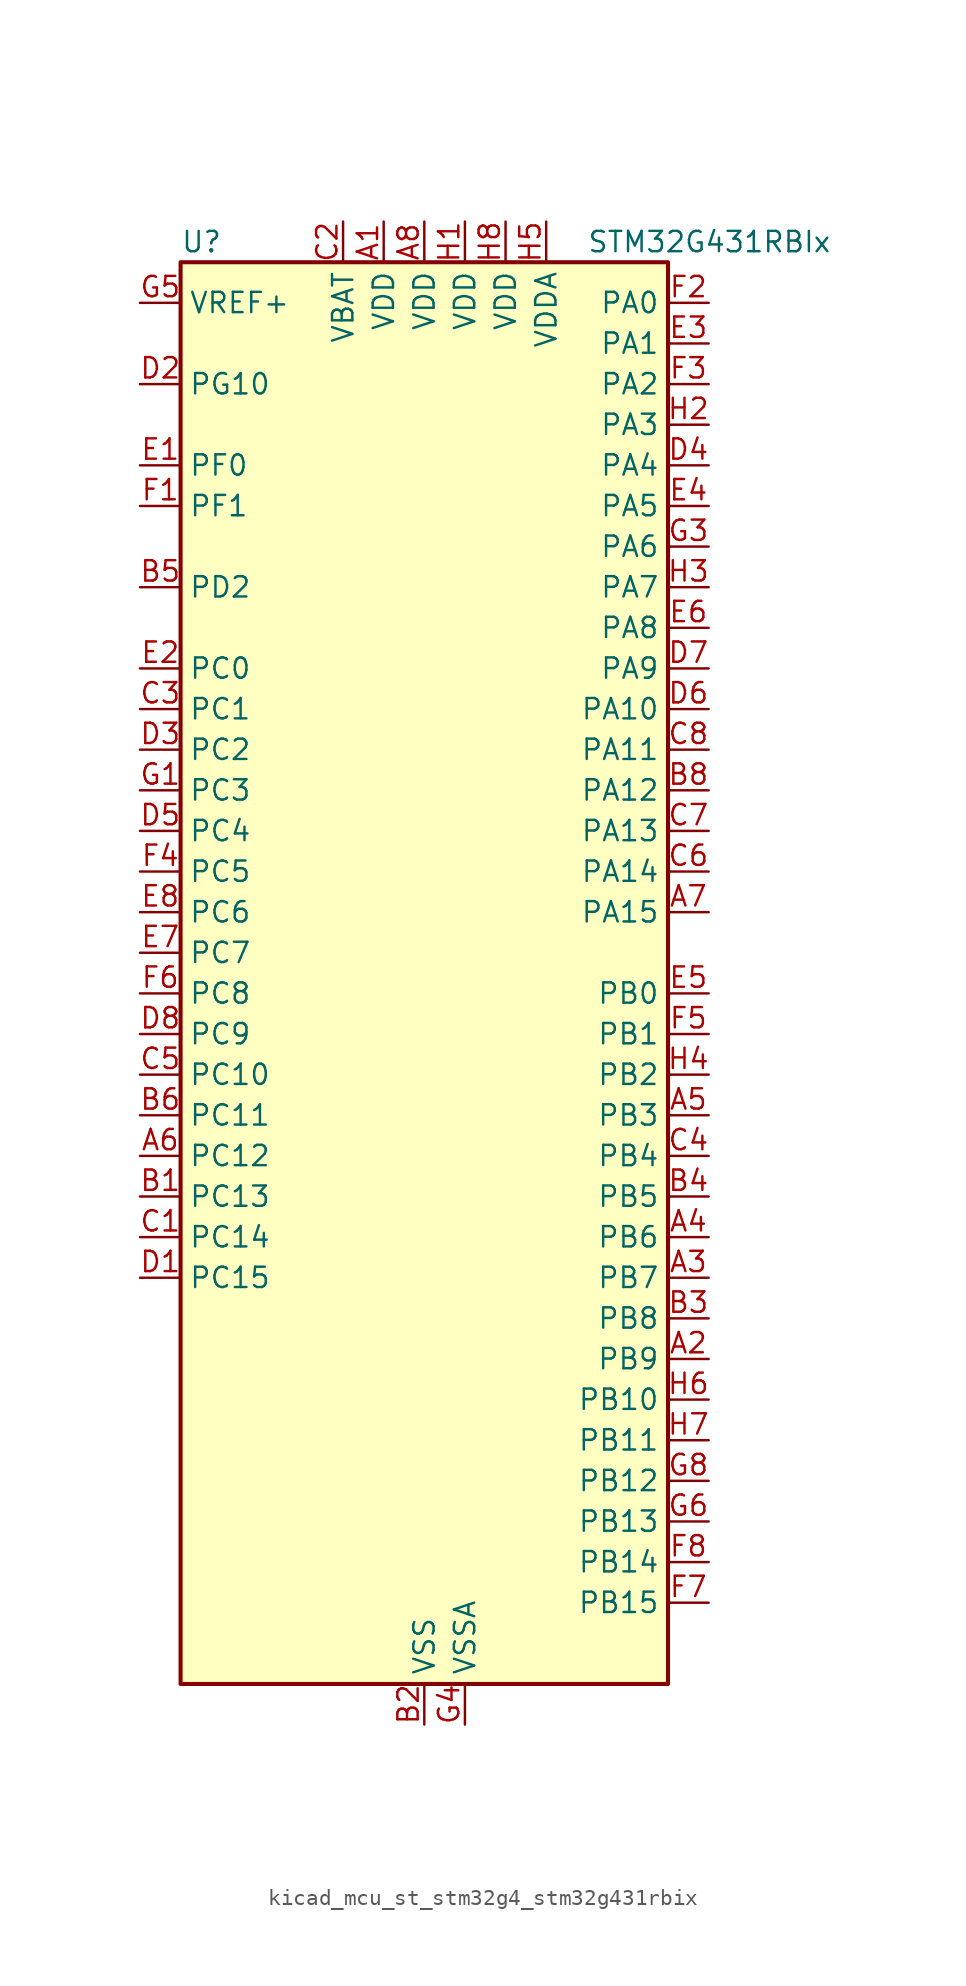
<source format=kicad_sym>
(kicad_symbol_lib
  (version 20220914)
  (generator kicad_symbol_editor)
  (symbol "kicad_mcu_st_stm32g4_stm32g431rbix"
    (property "Reference" "U"
      (at -15.24 46.99 0)
      (effects (font (size 1.27 1.27)) (justify left)))
    (property "Value" "STM32G431RBIx"
      (at 10.16 46.99 0)
      (effects (font (size 1.27 1.27)) (justify left)))
    (property "ki_locked" ""
      (at 0 0 0)
      (effects (font (size 1.27 1.27))))
    (symbol "kicad_mcu_st_stm32g4_stm32g431rbix_0_1"
      (rectangle (start -15.24 -43.18) (end 15.24 45.72) (stroke (width 0.254) (type default)) (fill (type background))))
    (symbol "kicad_mcu_st_stm32g4_stm32g431rbix_1_1"
      (pin power_in line (at -2.54 48.26 270) (length 2.54) (name "VDD" (effects (font (size 1.27 1.27)))) (number "A1" (effects (font (size 1.27 1.27)))))
      (pin bidirectional line (at 17.78 -22.86 180) (length 2.54) (name "PB9" (effects (font (size 1.27 1.27)))) (number "A2" (effects (font (size 1.27 1.27)))) (alternate "COMP2_OUT" bidirectional line) (alternate "DAC1_EXTI9" bidirectional line) (alternate "DAC3_EXTI9" bidirectional line) (alternate "FDCAN1_TX" bidirectional line) (alternate "I2C1_SDA" bidirectional line) (alternate "IR_OUT" bidirectional line) (alternate "SAI1_D2" bidirectional line) (alternate "SAI1_FS_A" bidirectional line) (alternate "TIM17_CH1" bidirectional line) (alternate "TIM1_CH3N" bidirectional line) (alternate "TIM4_CH4" bidirectional line) (alternate "TIM8_CH3" bidirectional line) (alternate "USART3_TX" bidirectional line))
      (pin bidirectional line (at 17.78 -17.78 180) (length 2.54) (name "PB7" (effects (font (size 1.27 1.27)))) (number "A3" (effects (font (size 1.27 1.27)))) (alternate "COMP3_OUT" bidirectional line) (alternate "I2C1_SDA" bidirectional line) (alternate "LPTIM1_IN2" bidirectional line) (alternate "SYS_PVD_IN" bidirectional line) (alternate "TIM17_CH1N" bidirectional line) (alternate "TIM3_CH4" bidirectional line) (alternate "TIM4_CH2" bidirectional line) (alternate "TIM8_BKIN" bidirectional line) (alternate "UART4_CTS" bidirectional line) (alternate "USART1_RX" bidirectional line))
      (pin bidirectional line (at 17.78 -15.24 180) (length 2.54) (name "PB6" (effects (font (size 1.27 1.27)))) (number "A4" (effects (font (size 1.27 1.27)))) (alternate "COMP4_OUT" bidirectional line) (alternate "LPTIM1_ETR" bidirectional line) (alternate "SAI1_FS_B" bidirectional line) (alternate "TIM16_CH1N" bidirectional line) (alternate "TIM4_CH1" bidirectional line) (alternate "TIM8_BKIN2" bidirectional line) (alternate "TIM8_CH1" bidirectional line) (alternate "TIM8_ETR" bidirectional line) (alternate "UCPD1_CC1" bidirectional line) (alternate "USART1_TX" bidirectional line))
      (pin bidirectional line (at 17.78 -7.62 180) (length 2.54) (name "PB3" (effects (font (size 1.27 1.27)))) (number "A5" (effects (font (size 1.27 1.27)))) (alternate "CRS_SYNC" bidirectional line) (alternate "I2S3_CK" bidirectional line) (alternate "SAI1_SCK_B" bidirectional line) (alternate "SPI1_SCK" bidirectional line) (alternate "SPI3_SCK" bidirectional line) (alternate "SYS_JTDO-SWO" bidirectional line) (alternate "TIM2_CH2" bidirectional line) (alternate "TIM3_ETR" bidirectional line) (alternate "TIM4_ETR" bidirectional line) (alternate "TIM8_CH1N" bidirectional line) (alternate "USART2_TX" bidirectional line))
      (pin bidirectional line (at -17.78 -10.16 0) (length 2.54) (name "PC12" (effects (font (size 1.27 1.27)))) (number "A6" (effects (font (size 1.27 1.27)))) (alternate "I2S3_SD" bidirectional line) (alternate "SPI3_MOSI" bidirectional line) (alternate "TIM8_CH3N" bidirectional line) (alternate "UCPD1_FRSTX1" bidirectional line) (alternate "UCPD1_FRSTX2" bidirectional line) (alternate "USART3_CK" bidirectional line))
      (pin bidirectional line (at 17.78 5.08 180) (length 2.54) (name "PA15" (effects (font (size 1.27 1.27)))) (number "A7" (effects (font (size 1.27 1.27)))) (alternate "ADC1_EXTI15" bidirectional line) (alternate "ADC2_EXTI15" bidirectional line) (alternate "I2C1_SCL" bidirectional line) (alternate "I2S3_WS" bidirectional line) (alternate "SPI1_NSS" bidirectional line) (alternate "SPI3_NSS" bidirectional line) (alternate "SYS_JTDI" bidirectional line) (alternate "TIM1_BKIN" bidirectional line) (alternate "TIM2_CH1" bidirectional line) (alternate "TIM2_ETR" bidirectional line) (alternate "TIM8_CH1" bidirectional line) (alternate "UART4_DE" bidirectional line) (alternate "UART4_RTS" bidirectional line) (alternate "USART2_RX" bidirectional line))
      (pin power_in line (at 0 48.26 270) (length 2.54) (name "VDD" (effects (font (size 1.27 1.27)))) (number "A8" (effects (font (size 1.27 1.27)))))
      (pin bidirectional line (at -17.78 -12.7 0) (length 2.54) (name "PC13" (effects (font (size 1.27 1.27)))) (number "B1" (effects (font (size 1.27 1.27)))) (alternate "RTC_OUT1" bidirectional line) (alternate "RTC_TAMP1" bidirectional line) (alternate "RTC_TS" bidirectional line) (alternate "SYS_WKUP2" bidirectional line) (alternate "TIM1_BKIN" bidirectional line) (alternate "TIM1_CH1N" bidirectional line) (alternate "TIM8_CH4N" bidirectional line))
      (pin power_in line (at 0 -45.72 90) (length 2.54) (name "VSS" (effects (font (size 1.27 1.27)))) (number "B2" (effects (font (size 1.27 1.27)))))
      (pin bidirectional line (at 17.78 -20.32 180) (length 2.54) (name "PB8" (effects (font (size 1.27 1.27)))) (number "B3" (effects (font (size 1.27 1.27)))) (alternate "COMP1_OUT" bidirectional line) (alternate "FDCAN1_RX" bidirectional line) (alternate "I2C1_SCL" bidirectional line) (alternate "SAI1_CK1" bidirectional line) (alternate "SAI1_MCLK_A" bidirectional line) (alternate "TIM16_CH1" bidirectional line) (alternate "TIM1_BKIN" bidirectional line) (alternate "TIM4_CH3" bidirectional line) (alternate "TIM8_CH2" bidirectional line) (alternate "USART3_RX" bidirectional line))
      (pin bidirectional line (at 17.78 -12.7 180) (length 2.54) (name "PB5" (effects (font (size 1.27 1.27)))) (number "B4" (effects (font (size 1.27 1.27)))) (alternate "I2C1_SMBA" bidirectional line) (alternate "I2C3_SDA" bidirectional line) (alternate "I2S3_SD" bidirectional line) (alternate "LPTIM1_IN1" bidirectional line) (alternate "SAI1_SD_B" bidirectional line) (alternate "SPI1_MOSI" bidirectional line) (alternate "SPI3_MOSI" bidirectional line) (alternate "TIM16_BKIN" bidirectional line) (alternate "TIM17_CH1" bidirectional line) (alternate "TIM3_CH2" bidirectional line) (alternate "TIM8_CH3N" bidirectional line) (alternate "USART2_CK" bidirectional line))
      (pin bidirectional line (at -17.78 25.4 0) (length 2.54) (name "PD2" (effects (font (size 1.27 1.27)))) (number "B5" (effects (font (size 1.27 1.27)))) (alternate "TIM3_ETR" bidirectional line) (alternate "TIM8_BKIN" bidirectional line))
      (pin bidirectional line (at -17.78 -7.62 0) (length 2.54) (name "PC11" (effects (font (size 1.27 1.27)))) (number "B6" (effects (font (size 1.27 1.27)))) (alternate "ADC1_EXTI11" bidirectional line) (alternate "ADC2_EXTI11" bidirectional line) (alternate "I2C3_SDA" bidirectional line) (alternate "SPI3_MISO" bidirectional line) (alternate "TIM8_CH2N" bidirectional line) (alternate "UART4_RX" bidirectional line) (alternate "USART3_RX" bidirectional line))
      (pin passive line (at 0 -45.72 90) (length 2.54) hide (name "VSS" (effects (font (size 1.27 1.27)))) (number "B7" (effects (font (size 1.27 1.27)))))
      (pin bidirectional line (at 17.78 12.7 180) (length 2.54) (name "PA12" (effects (font (size 1.27 1.27)))) (number "B8" (effects (font (size 1.27 1.27)))) (alternate "COMP2_OUT" bidirectional line) (alternate "FDCAN1_TX" bidirectional line) (alternate "I2S_CKIN" bidirectional line) (alternate "TIM16_CH1" bidirectional line) (alternate "TIM1_CH2N" bidirectional line) (alternate "TIM1_ETR" bidirectional line) (alternate "TIM4_CH2" bidirectional line) (alternate "USART1_DE" bidirectional line) (alternate "USART1_RTS" bidirectional line) (alternate "USB_DP" bidirectional line))
      (pin bidirectional line (at -17.78 -15.24 0) (length 2.54) (name "PC14" (effects (font (size 1.27 1.27)))) (number "C1" (effects (font (size 1.27 1.27)))) (alternate "RCC_OSC32_IN" bidirectional line))
      (pin power_in line (at -5.08 48.26 270) (length 2.54) (name "VBAT" (effects (font (size 1.27 1.27)))) (number "C2" (effects (font (size 1.27 1.27)))))
      (pin bidirectional line (at -17.78 17.78 0) (length 2.54) (name "PC1" (effects (font (size 1.27 1.27)))) (number "C3" (effects (font (size 1.27 1.27)))) (alternate "ADC1_IN7" bidirectional line) (alternate "ADC2_IN7" bidirectional line) (alternate "COMP3_INP" bidirectional line) (alternate "LPTIM1_OUT" bidirectional line) (alternate "LPUART1_TX" bidirectional line) (alternate "SAI1_SD_A" bidirectional line) (alternate "TIM1_CH2" bidirectional line))
      (pin bidirectional line (at 17.78 -10.16 180) (length 2.54) (name "PB4" (effects (font (size 1.27 1.27)))) (number "C4" (effects (font (size 1.27 1.27)))) (alternate "SAI1_MCLK_B" bidirectional line) (alternate "SPI1_MISO" bidirectional line) (alternate "SPI3_MISO" bidirectional line) (alternate "SYS_JTRST" bidirectional line) (alternate "TIM16_CH1" bidirectional line) (alternate "TIM17_BKIN" bidirectional line) (alternate "TIM3_CH1" bidirectional line) (alternate "TIM8_CH2N" bidirectional line) (alternate "UCPD1_CC2" bidirectional line) (alternate "USART2_RX" bidirectional line))
      (pin bidirectional line (at -17.78 -5.08 0) (length 2.54) (name "PC10" (effects (font (size 1.27 1.27)))) (number "C5" (effects (font (size 1.27 1.27)))) (alternate "DAC1_EXTI10" bidirectional line) (alternate "DAC3_EXTI10" bidirectional line) (alternate "I2S3_CK" bidirectional line) (alternate "SPI3_SCK" bidirectional line) (alternate "TIM8_CH1N" bidirectional line) (alternate "UART4_TX" bidirectional line) (alternate "USART3_TX" bidirectional line))
      (pin bidirectional line (at 17.78 7.62 180) (length 2.54) (name "PA14" (effects (font (size 1.27 1.27)))) (number "C6" (effects (font (size 1.27 1.27)))) (alternate "I2C1_SDA" bidirectional line) (alternate "LPTIM1_OUT" bidirectional line) (alternate "SAI1_FS_B" bidirectional line) (alternate "SYS_JTCK-SWCLK" bidirectional line) (alternate "TIM1_BKIN" bidirectional line) (alternate "TIM8_CH2" bidirectional line) (alternate "USART2_TX" bidirectional line))
      (pin bidirectional line (at 17.78 10.16 180) (length 2.54) (name "PA13" (effects (font (size 1.27 1.27)))) (number "C7" (effects (font (size 1.27 1.27)))) (alternate "I2C1_SCL" bidirectional line) (alternate "IR_OUT" bidirectional line) (alternate "SAI1_SD_B" bidirectional line) (alternate "SYS_JTMS-SWDIO" bidirectional line) (alternate "TIM16_CH1N" bidirectional line) (alternate "TIM4_CH3" bidirectional line) (alternate "USART3_CTS" bidirectional line) (alternate "USART3_NSS" bidirectional line))
      (pin bidirectional line (at 17.78 15.24 180) (length 2.54) (name "PA11" (effects (font (size 1.27 1.27)))) (number "C8" (effects (font (size 1.27 1.27)))) (alternate "ADC1_EXTI11" bidirectional line) (alternate "ADC2_EXTI11" bidirectional line) (alternate "COMP1_OUT" bidirectional line) (alternate "FDCAN1_RX" bidirectional line) (alternate "I2S2_SD" bidirectional line) (alternate "SPI2_MOSI" bidirectional line) (alternate "TIM1_BKIN2" bidirectional line) (alternate "TIM1_CH1N" bidirectional line) (alternate "TIM1_CH4" bidirectional line) (alternate "TIM4_CH1" bidirectional line) (alternate "USART1_CTS" bidirectional line) (alternate "USART1_NSS" bidirectional line) (alternate "USB_DM" bidirectional line))
      (pin bidirectional line (at -17.78 -17.78 0) (length 2.54) (name "PC15" (effects (font (size 1.27 1.27)))) (number "D1" (effects (font (size 1.27 1.27)))) (alternate "ADC1_EXTI15" bidirectional line) (alternate "ADC2_EXTI15" bidirectional line) (alternate "RCC_OSC32_OUT" bidirectional line))
      (pin bidirectional line (at -17.78 38.1 0) (length 2.54) (name "PG10" (effects (font (size 1.27 1.27)))) (number "D2" (effects (font (size 1.27 1.27)))) (alternate "DAC1_EXTI10" bidirectional line) (alternate "DAC3_EXTI10" bidirectional line) (alternate "RCC_MCO" bidirectional line))
      (pin bidirectional line (at -17.78 15.24 0) (length 2.54) (name "PC2" (effects (font (size 1.27 1.27)))) (number "D3" (effects (font (size 1.27 1.27)))) (alternate "ADC1_IN8" bidirectional line) (alternate "ADC2_IN8" bidirectional line) (alternate "COMP3_OUT" bidirectional line) (alternate "LPTIM1_IN2" bidirectional line) (alternate "TIM1_CH3" bidirectional line))
      (pin bidirectional line (at 17.78 33.02 180) (length 2.54) (name "PA4" (effects (font (size 1.27 1.27)))) (number "D4" (effects (font (size 1.27 1.27)))) (alternate "ADC2_IN17" bidirectional line) (alternate "COMP1_INM" bidirectional line) (alternate "DAC1_OUT1" bidirectional line) (alternate "I2S3_WS" bidirectional line) (alternate "SAI1_FS_B" bidirectional line) (alternate "SPI1_NSS" bidirectional line) (alternate "SPI3_NSS" bidirectional line) (alternate "TIM3_CH2" bidirectional line) (alternate "USART2_CK" bidirectional line))
      (pin bidirectional line (at -17.78 10.16 0) (length 2.54) (name "PC4" (effects (font (size 1.27 1.27)))) (number "D5" (effects (font (size 1.27 1.27)))) (alternate "ADC2_IN5" bidirectional line) (alternate "I2C2_SCL" bidirectional line) (alternate "TIM1_ETR" bidirectional line) (alternate "USART1_TX" bidirectional line))
      (pin bidirectional line (at 17.78 17.78 180) (length 2.54) (name "PA10" (effects (font (size 1.27 1.27)))) (number "D6" (effects (font (size 1.27 1.27)))) (alternate "CRS_SYNC" bidirectional line) (alternate "DAC1_EXTI10" bidirectional line) (alternate "DAC3_EXTI10" bidirectional line) (alternate "I2C2_SMBA" bidirectional line) (alternate "SAI1_D1" bidirectional line) (alternate "SAI1_SD_A" bidirectional line) (alternate "SPI2_MISO" bidirectional line) (alternate "TIM17_BKIN" bidirectional line) (alternate "TIM1_CH3" bidirectional line) (alternate "TIM2_CH4" bidirectional line) (alternate "TIM8_BKIN" bidirectional line) (alternate "UCPD1_DBCC2" bidirectional line) (alternate "USART1_RX" bidirectional line))
      (pin bidirectional line (at 17.78 20.32 180) (length 2.54) (name "PA9" (effects (font (size 1.27 1.27)))) (number "D7" (effects (font (size 1.27 1.27)))) (alternate "DAC1_EXTI9" bidirectional line) (alternate "DAC3_EXTI9" bidirectional line) (alternate "I2C2_SCL" bidirectional line) (alternate "I2C3_SMBA" bidirectional line) (alternate "I2S3_MCK" bidirectional line) (alternate "SAI1_FS_A" bidirectional line) (alternate "TIM15_BKIN" bidirectional line) (alternate "TIM1_CH2" bidirectional line) (alternate "TIM2_CH3" bidirectional line) (alternate "UCPD1_DBCC1" bidirectional line) (alternate "USART1_TX" bidirectional line))
      (pin bidirectional line (at -17.78 -2.54 0) (length 2.54) (name "PC9" (effects (font (size 1.27 1.27)))) (number "D8" (effects (font (size 1.27 1.27)))) (alternate "DAC1_EXTI9" bidirectional line) (alternate "DAC3_EXTI9" bidirectional line) (alternate "I2C3_SDA" bidirectional line) (alternate "I2S_CKIN" bidirectional line) (alternate "TIM3_CH4" bidirectional line) (alternate "TIM8_BKIN2" bidirectional line) (alternate "TIM8_CH4" bidirectional line))
      (pin bidirectional line (at -17.78 33.02 0) (length 2.54) (name "PF0" (effects (font (size 1.27 1.27)))) (number "E1" (effects (font (size 1.27 1.27)))) (alternate "ADC1_IN10" bidirectional line) (alternate "I2C2_SDA" bidirectional line) (alternate "I2S2_WS" bidirectional line) (alternate "RCC_OSC_IN" bidirectional line) (alternate "SPI2_NSS" bidirectional line) (alternate "TIM1_CH3N" bidirectional line))
      (pin bidirectional line (at -17.78 20.32 0) (length 2.54) (name "PC0" (effects (font (size 1.27 1.27)))) (number "E2" (effects (font (size 1.27 1.27)))) (alternate "ADC1_IN6" bidirectional line) (alternate "ADC2_IN6" bidirectional line) (alternate "COMP3_INM" bidirectional line) (alternate "LPTIM1_IN1" bidirectional line) (alternate "LPUART1_RX" bidirectional line) (alternate "TIM1_CH1" bidirectional line))
      (pin bidirectional line (at 17.78 40.64 180) (length 2.54) (name "PA1" (effects (font (size 1.27 1.27)))) (number "E3" (effects (font (size 1.27 1.27)))) (alternate "ADC1_IN2" bidirectional line) (alternate "ADC2_IN2" bidirectional line) (alternate "COMP1_INP" bidirectional line) (alternate "OPAMP1_VINP" bidirectional line) (alternate "OPAMP1_VINP_SEC" bidirectional line) (alternate "OPAMP3_VINP" bidirectional line) (alternate "OPAMP3_VINP_SEC" bidirectional line) (alternate "RTC_REFIN" bidirectional line) (alternate "TIM15_CH1N" bidirectional line) (alternate "TIM2_CH2" bidirectional line) (alternate "USART2_DE" bidirectional line) (alternate "USART2_RTS" bidirectional line))
      (pin bidirectional line (at 17.78 30.48 180) (length 2.54) (name "PA5" (effects (font (size 1.27 1.27)))) (number "E4" (effects (font (size 1.27 1.27)))) (alternate "ADC2_IN13" bidirectional line) (alternate "COMP2_INM" bidirectional line) (alternate "DAC1_OUT2" bidirectional line) (alternate "OPAMP2_VINM" bidirectional line) (alternate "OPAMP2_VINM0" bidirectional line) (alternate "OPAMP2_VINM_SEC" bidirectional line) (alternate "SPI1_SCK" bidirectional line) (alternate "TIM2_CH1" bidirectional line) (alternate "TIM2_ETR" bidirectional line) (alternate "UCPD1_FRSTX1" bidirectional line) (alternate "UCPD1_FRSTX2" bidirectional line))
      (pin bidirectional line (at 17.78 0 180) (length 2.54) (name "PB0" (effects (font (size 1.27 1.27)))) (number "E5" (effects (font (size 1.27 1.27)))) (alternate "ADC1_IN15" bidirectional line) (alternate "COMP4_INP" bidirectional line) (alternate "OPAMP2_VINP" bidirectional line) (alternate "OPAMP2_VINP_SEC" bidirectional line) (alternate "OPAMP3_VINP" bidirectional line) (alternate "OPAMP3_VINP_SEC" bidirectional line) (alternate "TIM1_CH2N" bidirectional line) (alternate "TIM3_CH3" bidirectional line) (alternate "TIM8_CH2N" bidirectional line) (alternate "UCPD1_FRSTX1" bidirectional line) (alternate "UCPD1_FRSTX2" bidirectional line))
      (pin bidirectional line (at 17.78 22.86 180) (length 2.54) (name "PA8" (effects (font (size 1.27 1.27)))) (number "E6" (effects (font (size 1.27 1.27)))) (alternate "I2C2_SDA" bidirectional line) (alternate "I2C3_SCL" bidirectional line) (alternate "I2S2_MCK" bidirectional line) (alternate "RCC_MCO" bidirectional line) (alternate "SAI1_CK2" bidirectional line) (alternate "SAI1_SCK_A" bidirectional line) (alternate "TIM1_CH1" bidirectional line) (alternate "TIM4_ETR" bidirectional line) (alternate "USART1_CK" bidirectional line))
      (pin bidirectional line (at -17.78 2.54 0) (length 2.54) (name "PC7" (effects (font (size 1.27 1.27)))) (number "E7" (effects (font (size 1.27 1.27)))) (alternate "I2S3_MCK" bidirectional line) (alternate "TIM3_CH2" bidirectional line) (alternate "TIM8_CH2" bidirectional line))
      (pin bidirectional line (at -17.78 5.08 0) (length 2.54) (name "PC6" (effects (font (size 1.27 1.27)))) (number "E8" (effects (font (size 1.27 1.27)))) (alternate "I2S2_MCK" bidirectional line) (alternate "TIM3_CH1" bidirectional line) (alternate "TIM8_CH1" bidirectional line))
      (pin bidirectional line (at -17.78 30.48 0) (length 2.54) (name "PF1" (effects (font (size 1.27 1.27)))) (number "F1" (effects (font (size 1.27 1.27)))) (alternate "ADC2_IN10" bidirectional line) (alternate "COMP3_INM" bidirectional line) (alternate "I2S2_CK" bidirectional line) (alternate "RCC_OSC_OUT" bidirectional line) (alternate "SPI2_SCK" bidirectional line))
      (pin bidirectional line (at 17.78 43.18 180) (length 2.54) (name "PA0" (effects (font (size 1.27 1.27)))) (number "F2" (effects (font (size 1.27 1.27)))) (alternate "ADC1_IN1" bidirectional line) (alternate "ADC2_IN1" bidirectional line) (alternate "COMP1_INM" bidirectional line) (alternate "COMP1_OUT" bidirectional line) (alternate "COMP3_INP" bidirectional line) (alternate "RTC_TAMP2" bidirectional line) (alternate "SYS_WKUP1" bidirectional line) (alternate "TIM2_CH1" bidirectional line) (alternate "TIM2_ETR" bidirectional line) (alternate "TIM8_BKIN" bidirectional line) (alternate "TIM8_ETR" bidirectional line) (alternate "USART2_CTS" bidirectional line) (alternate "USART2_NSS" bidirectional line))
      (pin bidirectional line (at 17.78 38.1 180) (length 2.54) (name "PA2" (effects (font (size 1.27 1.27)))) (number "F3" (effects (font (size 1.27 1.27)))) (alternate "ADC1_IN3" bidirectional line) (alternate "COMP2_INM" bidirectional line) (alternate "COMP2_OUT" bidirectional line) (alternate "LPUART1_TX" bidirectional line) (alternate "OPAMP1_VOUT" bidirectional line) (alternate "RCC_LSCO" bidirectional line) (alternate "SYS_WKUP4" bidirectional line) (alternate "TIM15_CH1" bidirectional line) (alternate "TIM2_CH3" bidirectional line) (alternate "UCPD1_FRSTX1" bidirectional line) (alternate "UCPD1_FRSTX2" bidirectional line) (alternate "USART2_TX" bidirectional line))
      (pin bidirectional line (at -17.78 7.62 0) (length 2.54) (name "PC5" (effects (font (size 1.27 1.27)))) (number "F4" (effects (font (size 1.27 1.27)))) (alternate "ADC2_IN11" bidirectional line) (alternate "OPAMP1_VINM" bidirectional line) (alternate "OPAMP1_VINM1" bidirectional line) (alternate "OPAMP1_VINM_SEC" bidirectional line) (alternate "OPAMP2_VINM" bidirectional line) (alternate "OPAMP2_VINM1" bidirectional line) (alternate "OPAMP2_VINM_SEC" bidirectional line) (alternate "SAI1_D3" bidirectional line) (alternate "SYS_WKUP5" bidirectional line) (alternate "TIM15_BKIN" bidirectional line) (alternate "TIM1_CH4N" bidirectional line) (alternate "USART1_RX" bidirectional line))
      (pin bidirectional line (at 17.78 -2.54 180) (length 2.54) (name "PB1" (effects (font (size 1.27 1.27)))) (number "F5" (effects (font (size 1.27 1.27)))) (alternate "ADC1_IN12" bidirectional line) (alternate "COMP1_INP" bidirectional line) (alternate "COMP4_OUT" bidirectional line) (alternate "LPUART1_DE" bidirectional line) (alternate "LPUART1_RTS" bidirectional line) (alternate "OPAMP3_VOUT" bidirectional line) (alternate "TIM1_CH3N" bidirectional line) (alternate "TIM3_CH4" bidirectional line) (alternate "TIM8_CH3N" bidirectional line))
      (pin bidirectional line (at -17.78 0 0) (length 2.54) (name "PC8" (effects (font (size 1.27 1.27)))) (number "F6" (effects (font (size 1.27 1.27)))) (alternate "I2C3_SCL" bidirectional line) (alternate "TIM3_CH3" bidirectional line) (alternate "TIM8_CH3" bidirectional line))
      (pin bidirectional line (at 17.78 -38.1 180) (length 2.54) (name "PB15" (effects (font (size 1.27 1.27)))) (number "F7" (effects (font (size 1.27 1.27)))) (alternate "ADC1_EXTI15" bidirectional line) (alternate "ADC2_EXTI15" bidirectional line) (alternate "ADC2_IN15" bidirectional line) (alternate "COMP3_OUT" bidirectional line) (alternate "I2S2_SD" bidirectional line) (alternate "RTC_REFIN" bidirectional line) (alternate "SPI2_MOSI" bidirectional line) (alternate "TIM15_CH1N" bidirectional line) (alternate "TIM15_CH2" bidirectional line) (alternate "TIM1_CH3N" bidirectional line))
      (pin bidirectional line (at 17.78 -35.56 180) (length 2.54) (name "PB14" (effects (font (size 1.27 1.27)))) (number "F8" (effects (font (size 1.27 1.27)))) (alternate "ADC1_IN5" bidirectional line) (alternate "COMP4_OUT" bidirectional line) (alternate "OPAMP2_VINP" bidirectional line) (alternate "OPAMP2_VINP_SEC" bidirectional line) (alternate "SPI2_MISO" bidirectional line) (alternate "TIM15_CH1" bidirectional line) (alternate "TIM1_CH2N" bidirectional line) (alternate "USART3_DE" bidirectional line) (alternate "USART3_RTS" bidirectional line))
      (pin bidirectional line (at -17.78 12.7 0) (length 2.54) (name "PC3" (effects (font (size 1.27 1.27)))) (number "G1" (effects (font (size 1.27 1.27)))) (alternate "ADC1_IN9" bidirectional line) (alternate "ADC2_IN9" bidirectional line) (alternate "LPTIM1_ETR" bidirectional line) (alternate "SAI1_D1" bidirectional line) (alternate "SAI1_SD_A" bidirectional line) (alternate "TIM1_BKIN2" bidirectional line) (alternate "TIM1_CH4" bidirectional line))
      (pin passive line (at 0 -45.72 90) (length 2.54) hide (name "VSS" (effects (font (size 1.27 1.27)))) (number "G2" (effects (font (size 1.27 1.27)))))
      (pin bidirectional line (at 17.78 27.94 180) (length 2.54) (name "PA6" (effects (font (size 1.27 1.27)))) (number "G3" (effects (font (size 1.27 1.27)))) (alternate "ADC2_IN3" bidirectional line) (alternate "COMP1_OUT" bidirectional line) (alternate "LPUART1_CTS" bidirectional line) (alternate "OPAMP2_VOUT" bidirectional line) (alternate "SPI1_MISO" bidirectional line) (alternate "TIM16_CH1" bidirectional line) (alternate "TIM1_BKIN" bidirectional line) (alternate "TIM3_CH1" bidirectional line) (alternate "TIM8_BKIN" bidirectional line))
      (pin power_in line (at 2.54 -45.72 90) (length 2.54) (name "VSSA" (effects (font (size 1.27 1.27)))) (number "G4" (effects (font (size 1.27 1.27)))))
      (pin input line (at -17.78 43.18 0) (length 2.54) (name "VREF+" (effects (font (size 1.27 1.27)))) (number "G5" (effects (font (size 1.27 1.27)))) (alternate "VREFBUF_OUT" bidirectional line))
      (pin bidirectional line (at 17.78 -33.02 180) (length 2.54) (name "PB13" (effects (font (size 1.27 1.27)))) (number "G6" (effects (font (size 1.27 1.27)))) (alternate "I2S2_CK" bidirectional line) (alternate "LPUART1_CTS" bidirectional line) (alternate "OPAMP3_VINP" bidirectional line) (alternate "OPAMP3_VINP_SEC" bidirectional line) (alternate "SPI2_SCK" bidirectional line) (alternate "TIM1_CH1N" bidirectional line) (alternate "USART3_CTS" bidirectional line) (alternate "USART3_NSS" bidirectional line))
      (pin passive line (at 0 -45.72 90) (length 2.54) hide (name "VSS" (effects (font (size 1.27 1.27)))) (number "G7" (effects (font (size 1.27 1.27)))))
      (pin bidirectional line (at 17.78 -30.48 180) (length 2.54) (name "PB12" (effects (font (size 1.27 1.27)))) (number "G8" (effects (font (size 1.27 1.27)))) (alternate "ADC1_IN11" bidirectional line) (alternate "I2C2_SMBA" bidirectional line) (alternate "I2S2_WS" bidirectional line) (alternate "LPUART1_DE" bidirectional line) (alternate "LPUART1_RTS" bidirectional line) (alternate "SPI2_NSS" bidirectional line) (alternate "TIM1_BKIN" bidirectional line) (alternate "USART3_CK" bidirectional line))
      (pin power_in line (at 2.54 48.26 270) (length 2.54) (name "VDD" (effects (font (size 1.27 1.27)))) (number "H1" (effects (font (size 1.27 1.27)))))
      (pin bidirectional line (at 17.78 35.56 180) (length 2.54) (name "PA3" (effects (font (size 1.27 1.27)))) (number "H2" (effects (font (size 1.27 1.27)))) (alternate "ADC1_IN4" bidirectional line) (alternate "COMP2_INP" bidirectional line) (alternate "LPUART1_RX" bidirectional line) (alternate "OPAMP1_VINM" bidirectional line) (alternate "OPAMP1_VINM0" bidirectional line) (alternate "OPAMP1_VINM_SEC" bidirectional line) (alternate "OPAMP1_VINP" bidirectional line) (alternate "OPAMP1_VINP_SEC" bidirectional line) (alternate "SAI1_CK1" bidirectional line) (alternate "SAI1_MCLK_A" bidirectional line) (alternate "TIM15_CH2" bidirectional line) (alternate "TIM2_CH4" bidirectional line) (alternate "USART2_RX" bidirectional line))
      (pin bidirectional line (at 17.78 25.4 180) (length 2.54) (name "PA7" (effects (font (size 1.27 1.27)))) (number "H3" (effects (font (size 1.27 1.27)))) (alternate "ADC2_IN4" bidirectional line) (alternate "COMP2_INP" bidirectional line) (alternate "COMP2_OUT" bidirectional line) (alternate "OPAMP1_VINP" bidirectional line) (alternate "OPAMP1_VINP_SEC" bidirectional line) (alternate "OPAMP2_VINP" bidirectional line) (alternate "OPAMP2_VINP_SEC" bidirectional line) (alternate "SPI1_MOSI" bidirectional line) (alternate "TIM17_CH1" bidirectional line) (alternate "TIM1_CH1N" bidirectional line) (alternate "TIM3_CH2" bidirectional line) (alternate "TIM8_CH1N" bidirectional line) (alternate "UCPD1_FRSTX1" bidirectional line) (alternate "UCPD1_FRSTX2" bidirectional line))
      (pin bidirectional line (at 17.78 -5.08 180) (length 2.54) (name "PB2" (effects (font (size 1.27 1.27)))) (number "H4" (effects (font (size 1.27 1.27)))) (alternate "ADC2_IN12" bidirectional line) (alternate "COMP4_INM" bidirectional line) (alternate "I2C3_SMBA" bidirectional line) (alternate "LPTIM1_OUT" bidirectional line) (alternate "OPAMP3_VINM" bidirectional line) (alternate "OPAMP3_VINM0" bidirectional line) (alternate "OPAMP3_VINM_SEC" bidirectional line) (alternate "RTC_OUT2" bidirectional line))
      (pin power_in line (at 7.62 48.26 270) (length 2.54) (name "VDDA" (effects (font (size 1.27 1.27)))) (number "H5" (effects (font (size 1.27 1.27)))))
      (pin bidirectional line (at 17.78 -25.4 180) (length 2.54) (name "PB10" (effects (font (size 1.27 1.27)))) (number "H6" (effects (font (size 1.27 1.27)))) (alternate "DAC1_EXTI10" bidirectional line) (alternate "DAC3_EXTI10" bidirectional line) (alternate "LPUART1_RX" bidirectional line) (alternate "OPAMP3_VINM" bidirectional line) (alternate "OPAMP3_VINM1" bidirectional line) (alternate "OPAMP3_VINM_SEC" bidirectional line) (alternate "SAI1_SCK_A" bidirectional line) (alternate "TIM1_BKIN" bidirectional line) (alternate "TIM2_CH3" bidirectional line) (alternate "USART3_TX" bidirectional line))
      (pin bidirectional line (at 17.78 -27.94 180) (length 2.54) (name "PB11" (effects (font (size 1.27 1.27)))) (number "H7" (effects (font (size 1.27 1.27)))) (alternate "ADC1_EXTI11" bidirectional line) (alternate "ADC1_IN14" bidirectional line) (alternate "ADC2_EXTI11" bidirectional line) (alternate "ADC2_IN14" bidirectional line) (alternate "LPUART1_TX" bidirectional line) (alternate "TIM2_CH4" bidirectional line) (alternate "USART3_RX" bidirectional line))
      (pin power_in line (at 5.08 48.26 270) (length 2.54) (name "VDD" (effects (font (size 1.27 1.27)))) (number "H8" (effects (font (size 1.27 1.27))))))))
</source>
